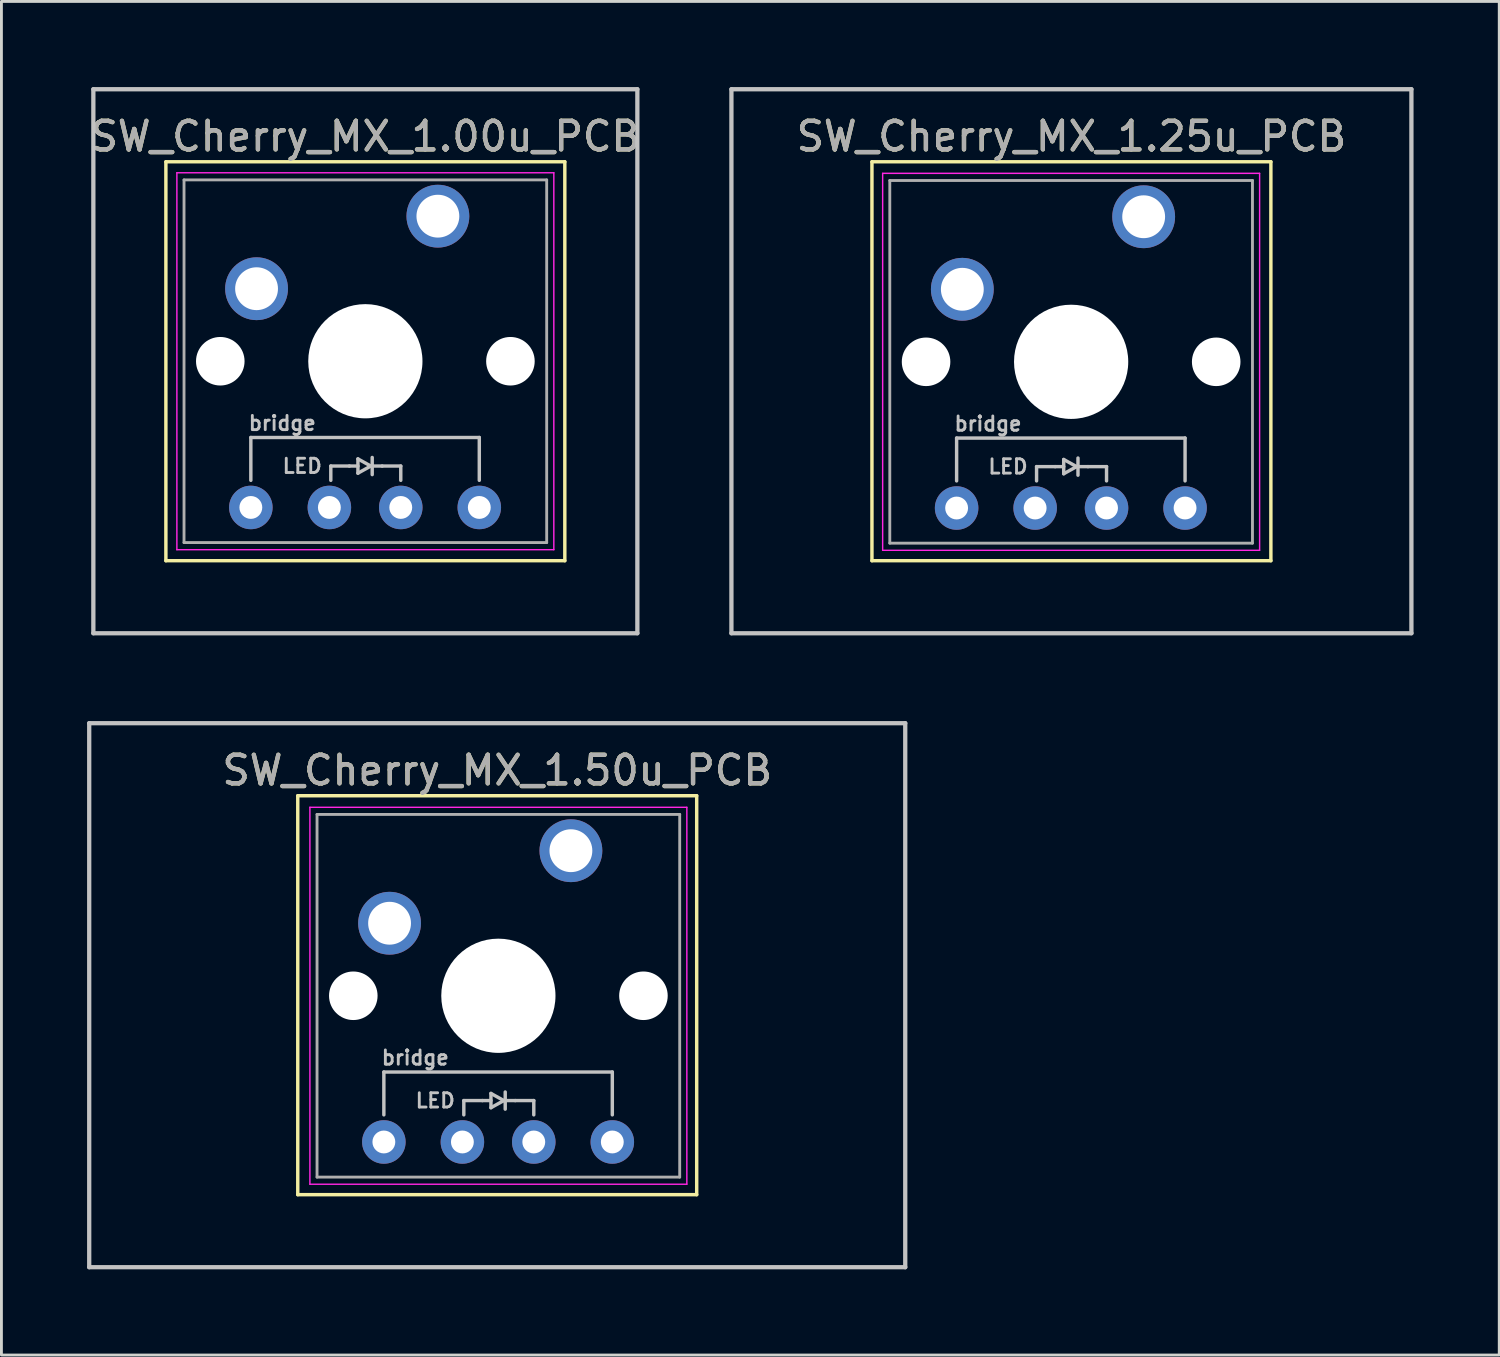
<source format=kicad_pcb>
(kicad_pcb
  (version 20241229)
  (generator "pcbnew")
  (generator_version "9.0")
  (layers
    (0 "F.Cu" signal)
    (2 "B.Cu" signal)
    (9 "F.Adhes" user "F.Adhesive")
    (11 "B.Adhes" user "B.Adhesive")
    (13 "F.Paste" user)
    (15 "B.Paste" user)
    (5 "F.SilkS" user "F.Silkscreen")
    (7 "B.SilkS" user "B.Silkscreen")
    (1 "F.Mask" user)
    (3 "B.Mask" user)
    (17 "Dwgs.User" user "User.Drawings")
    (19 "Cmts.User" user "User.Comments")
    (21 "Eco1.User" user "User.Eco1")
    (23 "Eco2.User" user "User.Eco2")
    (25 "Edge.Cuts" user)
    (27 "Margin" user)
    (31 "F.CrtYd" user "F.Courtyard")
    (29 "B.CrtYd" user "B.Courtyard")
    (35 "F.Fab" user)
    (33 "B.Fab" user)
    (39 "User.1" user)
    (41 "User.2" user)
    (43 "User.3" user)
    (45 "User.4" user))
  (footprint "SW_Cherry_MX_1.25u_PCB"
    (layer "F.Cu")
    (at 37.009 4.52)
    (property "Reference" "SW_Cherry_MX_1.25u_PCB" (at -2.54 -2.794 0) (layer "F.SilkS") (effects (font (size 1 1) (thickness 0.15))))
    (attr through_hole)
    (fp_line (start -9.525 -1.905) (end 4.445 -1.905) (stroke (width 0.12) (type solid)) (layer "F.SilkS"))
    (fp_line (start -9.525 12.065) (end -9.525 -1.905) (stroke (width 0.12) (type solid)) (layer "F.SilkS"))
    (fp_line (start 4.445 -1.905) (end 4.445 12.065) (stroke (width 0.12) (type solid)) (layer "F.SilkS"))
    (fp_line (start 4.445 12.065) (end -9.525 12.065) (stroke (width 0.12) (type solid)) (layer "F.SilkS"))
    (fp_line (start -14.446 -4.445) (end 9.366 -4.445) (stroke (width 0.15) (type solid)) (layer "Dwgs.User"))
    (fp_line (start -14.446 14.605) (end -14.446 -4.445) (stroke (width 0.15) (type solid)) (layer "Dwgs.User"))
    (fp_line (start -6.56 7.77) (end 1.44 7.77) (stroke (width 0.12) (type solid)) (layer "Dwgs.User"))
    (fp_line (start -6.56 9.27) (end -6.56 7.77) (stroke (width 0.12) (type solid)) (layer "Dwgs.User"))
    (fp_line (start -3.76 8.77) (end -3.76 9.27) (stroke (width 0.12) (type solid)) (layer "Dwgs.User"))
    (fp_line (start -3.11 8.77) (end -3.76 8.77) (stroke (width 0.12) (type solid)) (layer "Dwgs.User"))
    (fp_line (start -3.11 8.77) (end -2.81 8.77) (stroke (width 0.12) (type solid)) (layer "Dwgs.User"))
    (fp_line (start -2.81 8.52) (end -2.81 9.02) (stroke (width 0.12) (type solid)) (layer "Dwgs.User"))
    (fp_line (start -2.81 9.02) (end -2.36 8.77) (stroke (width 0.12) (type solid)) (layer "Dwgs.User"))
    (fp_line (start -2.36 8.77) (end -2.81 8.52) (stroke (width 0.12) (type solid)) (layer "Dwgs.User"))
    (fp_line (start -2.31 8.47) (end -2.31 9.07) (stroke (width 0.12) (type solid)) (layer "Dwgs.User"))
    (fp_line (start -2.31 8.77) (end -1.96 8.77) (stroke (width 0.12) (type solid)) (layer "Dwgs.User"))
    (fp_line (start -1.96 8.77) (end -1.31 8.77) (stroke (width 0.12) (type solid)) (layer "Dwgs.User"))
    (fp_line (start -1.31 8.77) (end -1.31 9.27) (stroke (width 0.12) (type solid)) (layer "Dwgs.User"))
    (fp_line (start 1.44 7.77) (end 1.44 9.27) (stroke (width 0.12) (type solid)) (layer "Dwgs.User"))
    (fp_line (start 9.366 -4.445) (end 9.366 14.605) (stroke (width 0.15) (type solid)) (layer "Dwgs.User"))
    (fp_line (start 9.366 14.605) (end -14.446 14.605) (stroke (width 0.15) (type solid)) (layer "Dwgs.User"))
    (fp_line (start -9.15 -1.5) (end 4.05 -1.5) (stroke (width 0.05) (type solid)) (layer "F.CrtYd"))
    (fp_line (start -9.15 11.7) (end -9.15 -1.5) (stroke (width 0.05) (type solid)) (layer "F.CrtYd"))
    (fp_line (start 4.05 -1.5) (end 4.05 11.7) (stroke (width 0.05) (type solid)) (layer "F.CrtYd"))
    (fp_line (start 4.05 11.7) (end -9.15 11.7) (stroke (width 0.05) (type solid)) (layer "F.CrtYd"))
    (fp_line (start -8.9 -1.25) (end 3.8 -1.25) (stroke (width 0.1) (type solid)) (layer "F.Fab"))
    (fp_line (start -8.9 11.45) (end -8.9 -1.25) (stroke (width 0.1) (type solid)) (layer "F.Fab"))
    (fp_line (start 3.8 -1.25) (end 3.8 11.45) (stroke (width 0.1) (type solid)) (layer "F.Fab"))
    (fp_line (start 3.8 11.45) (end -8.9 11.45) (stroke (width 0.1) (type solid)) (layer "F.Fab"))
    (fp_text user "bridge" (at -5.46 7.27 0) (unlocked yes) (layer "Dwgs.User") (effects (font (size 0.5 0.5) (thickness 0.1))))
    (fp_text user "LED" (at -4.76 8.77 0) (unlocked yes) (layer "Dwgs.User") (effects (font (size 0.5 0.5) (thickness 0.1))))
    (fp_text user "${REFERENCE}" (at -2.54 -2.794 0) (layer "F.Fab") (effects (font (size 1 1) (thickness 0.15))))
    (pad "" np_thru_hole circle (at -7.63 5.1) (size 1.7 1.7) (drill 1.7) (layers "*.Cu" "*.Mask"))
    (pad "" np_thru_hole circle (at -2.55 5.1) (size 4 4) (drill 4) (layers "*.Cu" "*.Mask"))
    (pad "" np_thru_hole circle (at 2.53 5.1) (size 1.7 1.7) (drill 1.7) (layers "*.Cu" "*.Mask"))
    (pad "1" thru_hole circle (at -0.01 0.02) (size 2.2 2.2) (drill 1.5) (layers "*.Cu" "*.Mask"))
    (pad "2" thru_hole circle (at -6.36 2.56) (size 2.2 2.2) (drill 1.5) (layers "*.Cu" "*.Mask"))
    (pad "3" thru_hole circle (at -6.56 10.22) (size 1.524 1.524) (drill 0.8) (layers "*.Cu" "*.Mask"))
    (pad "4" thru_hole circle (at -3.81 10.22) (size 1.524 1.524) (drill 0.8) (layers "*.Cu" "*.Mask"))
    (pad "5" thru_hole circle (at -1.31 10.22) (size 1.524 1.524) (drill 0.8) (layers "*.Cu" "*.Mask"))
    (pad "6" thru_hole circle (at 1.44 10.22) (size 1.524 1.524) (drill 0.8) (layers "*.Cu" "*.Mask")))
  (footprint "SW_Cherry_MX_1.00u_PCB"
    (layer "F.Cu")
    (at 12.284 4.52)
    (property "Reference" "SW_Cherry_MX_1.00u_PCB" (at -2.54 -2.794 0) (layer "F.SilkS") (effects (font (size 1 1) (thickness 0.15))))
    (attr through_hole)
    (fp_line (start -9.525 -1.905) (end 4.445 -1.905) (stroke (width 0.12) (type solid)) (layer "F.SilkS"))
    (fp_line (start -9.525 12.065) (end -9.525 -1.905) (stroke (width 0.12) (type solid)) (layer "F.SilkS"))
    (fp_line (start 4.445 -1.905) (end 4.445 12.065) (stroke (width 0.12) (type solid)) (layer "F.SilkS"))
    (fp_line (start 4.445 12.065) (end -9.525 12.065) (stroke (width 0.12) (type solid)) (layer "F.SilkS"))
    (fp_line (start -12.065 -4.445) (end 6.985 -4.445) (stroke (width 0.15) (type solid)) (layer "Dwgs.User"))
    (fp_line (start -12.065 14.605) (end -12.065 -4.445) (stroke (width 0.15) (type solid)) (layer "Dwgs.User"))
    (fp_line (start -6.55 7.75) (end 1.45 7.75) (stroke (width 0.12) (type solid)) (layer "Dwgs.User"))
    (fp_line (start -6.55 9.25) (end -6.55 7.75) (stroke (width 0.12) (type solid)) (layer "Dwgs.User"))
    (fp_line (start -3.75 8.75) (end -3.75 9.25) (stroke (width 0.12) (type solid)) (layer "Dwgs.User"))
    (fp_line (start -3.1 8.75) (end -3.75 8.75) (stroke (width 0.12) (type solid)) (layer "Dwgs.User"))
    (fp_line (start -3.1 8.75) (end -2.8 8.75) (stroke (width 0.12) (type solid)) (layer "Dwgs.User"))
    (fp_line (start -2.8 8.5) (end -2.8 9) (stroke (width 0.12) (type solid)) (layer "Dwgs.User"))
    (fp_line (start -2.8 9) (end -2.35 8.75) (stroke (width 0.12) (type solid)) (layer "Dwgs.User"))
    (fp_line (start -2.35 8.75) (end -2.8 8.5) (stroke (width 0.12) (type solid)) (layer "Dwgs.User"))
    (fp_line (start -2.3 8.45) (end -2.3 9.05) (stroke (width 0.12) (type solid)) (layer "Dwgs.User"))
    (fp_line (start -2.3 8.75) (end -1.95 8.75) (stroke (width 0.12) (type solid)) (layer "Dwgs.User"))
    (fp_line (start -1.95 8.75) (end -1.3 8.75) (stroke (width 0.12) (type solid)) (layer "Dwgs.User"))
    (fp_line (start -1.3 8.75) (end -1.3 9.25) (stroke (width 0.12) (type solid)) (layer "Dwgs.User"))
    (fp_line (start 1.45 7.75) (end 1.45 9.25) (stroke (width 0.12) (type solid)) (layer "Dwgs.User"))
    (fp_line (start 6.985 -4.445) (end 6.985 14.605) (stroke (width 0.15) (type solid)) (layer "Dwgs.User"))
    (fp_line (start 6.985 14.605) (end -12.065 14.605) (stroke (width 0.15) (type solid)) (layer "Dwgs.User"))
    (fp_line (start -9.14 -1.52) (end 4.06 -1.52) (stroke (width 0.05) (type solid)) (layer "F.CrtYd"))
    (fp_line (start -9.14 11.68) (end -9.14 -1.52) (stroke (width 0.05) (type solid)) (layer "F.CrtYd"))
    (fp_line (start 4.06 -1.52) (end 4.06 11.68) (stroke (width 0.05) (type solid)) (layer "F.CrtYd"))
    (fp_line (start 4.06 11.68) (end -9.14 11.68) (stroke (width 0.05) (type solid)) (layer "F.CrtYd"))
    (fp_line (start -8.89 -1.27) (end 3.81 -1.27) (stroke (width 0.1) (type solid)) (layer "F.Fab"))
    (fp_line (start -8.89 11.43) (end -8.89 -1.27) (stroke (width 0.1) (type solid)) (layer "F.Fab"))
    (fp_line (start 3.81 -1.27) (end 3.81 11.43) (stroke (width 0.1) (type solid)) (layer "F.Fab"))
    (fp_line (start 3.81 11.43) (end -8.89 11.43) (stroke (width 0.1) (type solid)) (layer "F.Fab"))
    (fp_text user "LED" (at -4.75 8.75 0) (unlocked yes) (layer "Dwgs.User") (effects (font (size 0.5 0.5) (thickness 0.1))))
    (fp_text user "bridge" (at -5.45 7.25 0) (unlocked yes) (layer "Dwgs.User") (effects (font (size 0.5 0.5) (thickness 0.1))))
    (fp_text user "${REFERENCE}" (at -2.54 -2.794 0) (layer "F.Fab") (effects (font (size 1 1) (thickness 0.15))))
    (pad "" np_thru_hole circle (at -7.62 5.08) (size 1.7 1.7) (drill 1.7) (layers "*.Cu" "*.Mask"))
    (pad "" np_thru_hole circle (at -2.54 5.08) (size 4 4) (drill 4) (layers "*.Cu" "*.Mask"))
    (pad "" np_thru_hole circle (at 2.54 5.08) (size 1.7 1.7) (drill 1.7) (layers "*.Cu" "*.Mask"))
    (pad "1" thru_hole circle (at 0 0) (size 2.2 2.2) (drill 1.5) (layers "*.Cu" "*.Mask"))
    (pad "2" thru_hole circle (at -6.35 2.54) (size 2.2 2.2) (drill 1.5) (layers "*.Cu" "*.Mask"))
    (pad "3" thru_hole circle (at -6.55 10.2) (size 1.524 1.524) (drill 0.8) (layers "*.Cu" "*.Mask"))
    (pad "4" thru_hole circle (at -3.8 10.2) (size 1.524 1.524) (drill 0.8) (layers "*.Cu" "*.Mask"))
    (pad "5" thru_hole circle (at -1.3 10.2) (size 1.524 1.524) (drill 0.8) (layers "*.Cu" "*.Mask"))
    (pad "6" thru_hole circle (at 1.45 10.2) (size 1.524 1.524) (drill 0.8) (layers "*.Cu" "*.Mask")))
  (footprint "SW_Cherry_MX_1.50u_PCB"
    (layer "F.Cu")
    (at 16.902 26.72)
    (property "Reference" "SW_Cherry_MX_1.50u_PCB" (at -2.54 -2.794 0) (layer "F.SilkS") (effects (font (size 1 1) (thickness 0.15))))
    (fp_line (start -9.525 -1.905) (end 4.445 -1.905) (stroke (width 0.12) (type solid)) (layer "F.SilkS"))
    (fp_line (start -9.525 12.065) (end -9.525 -1.905) (stroke (width 0.12) (type solid)) (layer "F.SilkS"))
    (fp_line (start 4.445 -1.905) (end 4.445 12.065) (stroke (width 0.12) (type solid)) (layer "F.SilkS"))
    (fp_line (start 4.445 12.065) (end -9.525 12.065) (stroke (width 0.12) (type solid)) (layer "F.SilkS"))
    (fp_line (start -16.828 -4.445) (end 11.748 -4.445) (stroke (width 0.15) (type solid)) (layer "Dwgs.User"))
    (fp_line (start -16.828 14.605) (end -16.828 -4.445) (stroke (width 0.15) (type solid)) (layer "Dwgs.User"))
    (fp_line (start -6.51 7.77) (end 1.49 7.77) (stroke (width 0.12) (type solid)) (layer "Dwgs.User"))
    (fp_line (start -6.51 9.27) (end -6.51 7.77) (stroke (width 0.12) (type solid)) (layer "Dwgs.User"))
    (fp_line (start -3.71 8.77) (end -3.71 9.27) (stroke (width 0.12) (type solid)) (layer "Dwgs.User"))
    (fp_line (start -3.06 8.77) (end -3.71 8.77) (stroke (width 0.12) (type solid)) (layer "Dwgs.User"))
    (fp_line (start -3.06 8.77) (end -2.76 8.77) (stroke (width 0.12) (type solid)) (layer "Dwgs.User"))
    (fp_line (start -2.76 8.52) (end -2.76 9.02) (stroke (width 0.12) (type solid)) (layer "Dwgs.User"))
    (fp_line (start -2.76 9.02) (end -2.31 8.77) (stroke (width 0.12) (type solid)) (layer "Dwgs.User"))
    (fp_line (start -2.31 8.77) (end -2.76 8.52) (stroke (width 0.12) (type solid)) (layer "Dwgs.User"))
    (fp_line (start -2.26 8.47) (end -2.26 9.07) (stroke (width 0.12) (type solid)) (layer "Dwgs.User"))
    (fp_line (start -2.26 8.77) (end -1.91 8.77) (stroke (width 0.12) (type solid)) (layer "Dwgs.User"))
    (fp_line (start -1.91 8.77) (end -1.26 8.77) (stroke (width 0.12) (type solid)) (layer "Dwgs.User"))
    (fp_line (start -1.26 8.77) (end -1.26 9.27) (stroke (width 0.12) (type solid)) (layer "Dwgs.User"))
    (fp_line (start 1.49 7.77) (end 1.49 9.27) (stroke (width 0.12) (type solid)) (layer "Dwgs.User"))
    (fp_line (start 11.748 -4.445) (end 11.748 14.605) (stroke (width 0.15) (type solid)) (layer "Dwgs.User"))
    (fp_line (start 11.748 14.605) (end -16.828 14.605) (stroke (width 0.15) (type solid)) (layer "Dwgs.User"))
    (fp_line (start -9.1 -1.5) (end 4.1 -1.5) (stroke (width 0.05) (type solid)) (layer "F.CrtYd"))
    (fp_line (start -9.1 11.7) (end -9.1 -1.5) (stroke (width 0.05) (type solid)) (layer "F.CrtYd"))
    (fp_line (start 4.1 -1.5) (end 4.1 11.7) (stroke (width 0.05) (type solid)) (layer "F.CrtYd"))
    (fp_line (start 4.1 11.7) (end -9.1 11.7) (stroke (width 0.05) (type solid)) (layer "F.CrtYd"))
    (fp_line (start -8.85 -1.25) (end 3.85 -1.25) (stroke (width 0.1) (type solid)) (layer "F.Fab"))
    (fp_line (start -8.85 11.45) (end -8.85 -1.25) (stroke (width 0.1) (type solid)) (layer "F.Fab"))
    (fp_line (start 3.85 -1.25) (end 3.85 11.45) (stroke (width 0.1) (type solid)) (layer "F.Fab"))
    (fp_line (start 3.85 11.45) (end -8.85 11.45) (stroke (width 0.1) (type solid)) (layer "F.Fab"))
    (fp_text user "bridge" (at -5.41 7.27 0) (unlocked yes) (layer "Dwgs.User") (effects (font (size 0.5 0.5) (thickness 0.1))))
    (fp_text user "LED" (at -4.71 8.77 0) (unlocked yes) (layer "Dwgs.User") (effects (font (size 0.5 0.5) (thickness 0.1))))
    (fp_text user "${REFERENCE}" (at -2.54 -2.794 0) (layer "F.Fab") (effects (font (size 1 1) (thickness 0.15))))
    (pad "" np_thru_hole circle (at -7.58 5.1) (size 1.7 1.7) (drill 1.7) (layers "*.Cu" "*.Mask"))
    (pad "" np_thru_hole circle (at -2.5 5.1) (size 4 4) (drill 4) (layers "*.Cu" "*.Mask"))
    (pad "" np_thru_hole circle (at 2.58 5.1) (size 1.7 1.7) (drill 1.7) (layers "*.Cu" "*.Mask"))
    (pad "1" thru_hole circle (at 0.04 0.02) (size 2.2 2.2) (drill 1.5) (layers "*.Cu" "*.Mask"))
    (pad "2" thru_hole circle (at -6.31 2.56) (size 2.2 2.2) (drill 1.5) (layers "*.Cu" "*.Mask"))
    (pad "3" thru_hole circle (at -6.51 10.22) (size 1.524 1.524) (drill 0.8) (layers "*.Cu" "*.Mask"))
    (pad "4" thru_hole circle (at -3.76 10.22) (size 1.524 1.524) (drill 0.8) (layers "*.Cu" "*.Mask"))
    (pad "5" thru_hole circle (at -1.26 10.22) (size 1.524 1.524) (drill 0.8) (layers "*.Cu" "*.Mask"))
    (pad "6" thru_hole circle (at 1.49 10.22) (size 1.524 1.524) (drill 0.8) (layers "*.Cu" "*.Mask")))
  (gr_rect
    (start -3 -3)
    (end 49.451 44.4)
    (stroke (width 0.1) (type default))
    (fill no)
    (layer "Edge.Cuts")))
</source>
